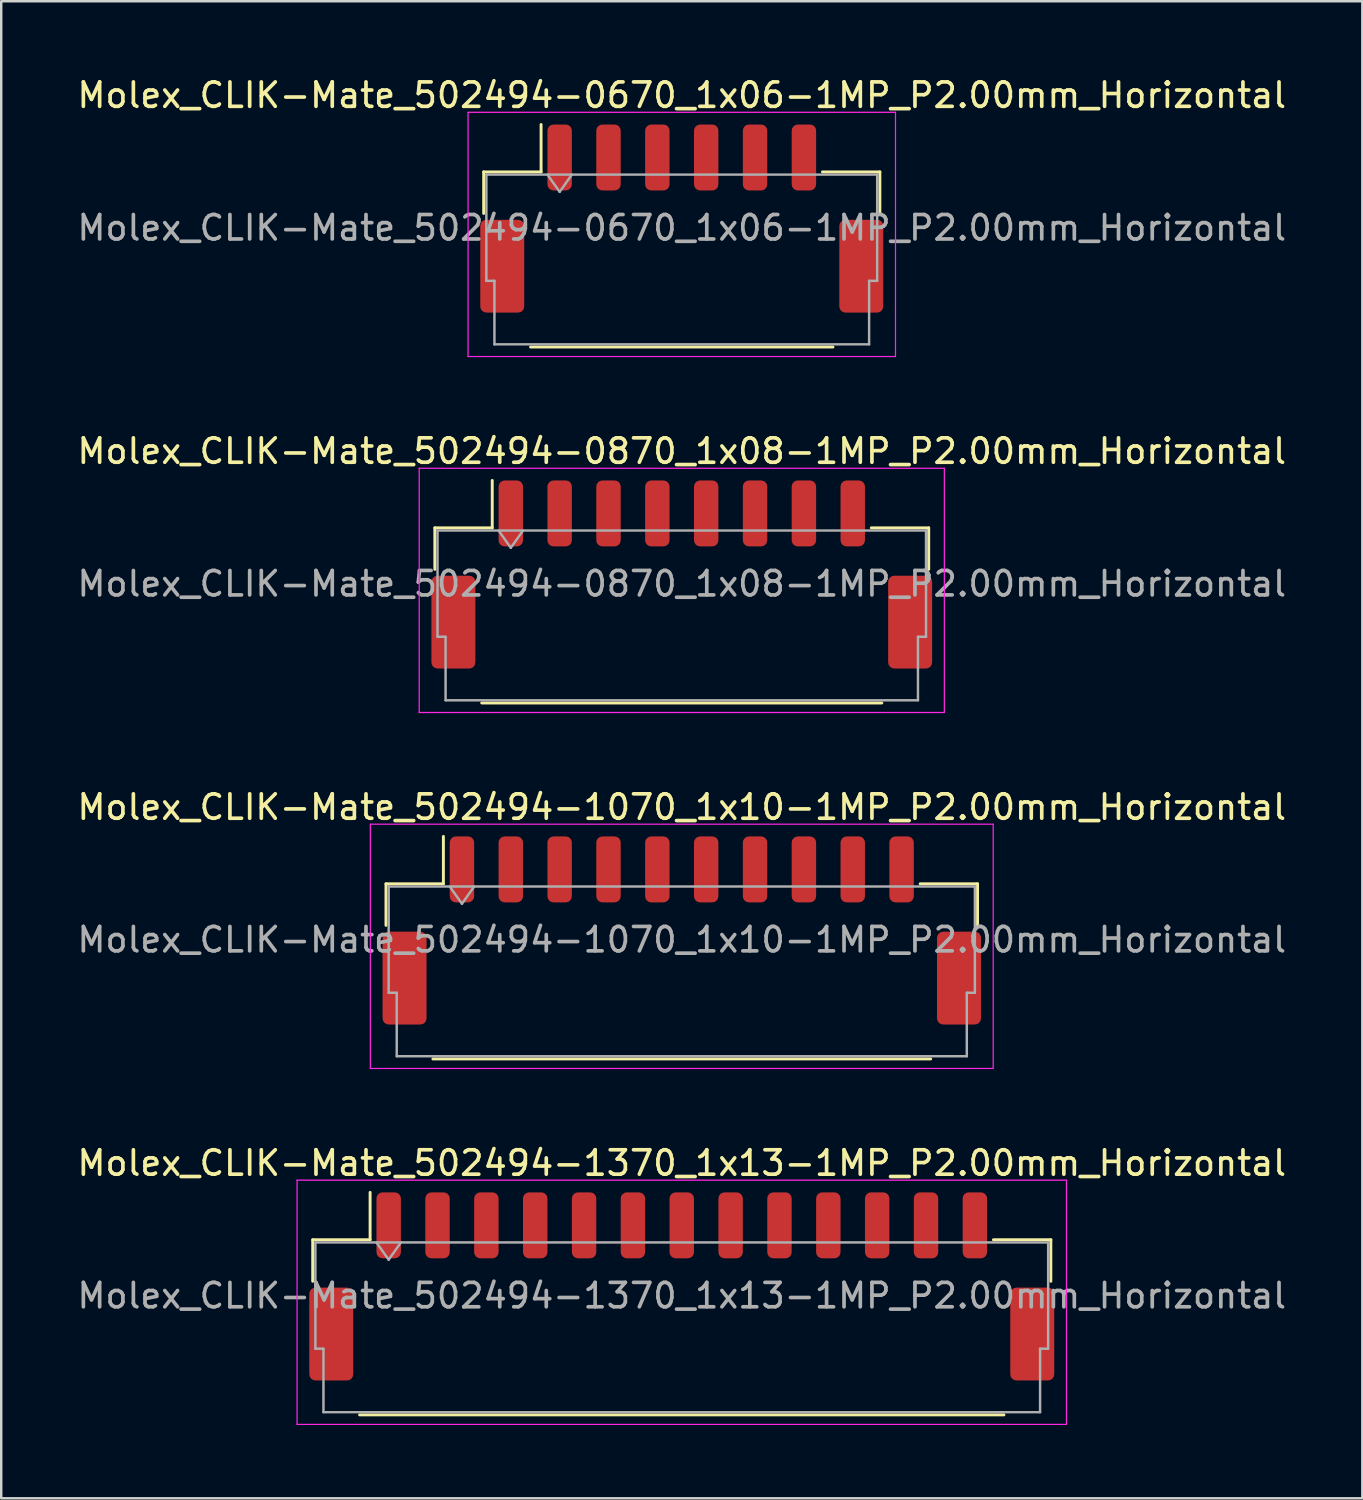
<source format=kicad_pcb>
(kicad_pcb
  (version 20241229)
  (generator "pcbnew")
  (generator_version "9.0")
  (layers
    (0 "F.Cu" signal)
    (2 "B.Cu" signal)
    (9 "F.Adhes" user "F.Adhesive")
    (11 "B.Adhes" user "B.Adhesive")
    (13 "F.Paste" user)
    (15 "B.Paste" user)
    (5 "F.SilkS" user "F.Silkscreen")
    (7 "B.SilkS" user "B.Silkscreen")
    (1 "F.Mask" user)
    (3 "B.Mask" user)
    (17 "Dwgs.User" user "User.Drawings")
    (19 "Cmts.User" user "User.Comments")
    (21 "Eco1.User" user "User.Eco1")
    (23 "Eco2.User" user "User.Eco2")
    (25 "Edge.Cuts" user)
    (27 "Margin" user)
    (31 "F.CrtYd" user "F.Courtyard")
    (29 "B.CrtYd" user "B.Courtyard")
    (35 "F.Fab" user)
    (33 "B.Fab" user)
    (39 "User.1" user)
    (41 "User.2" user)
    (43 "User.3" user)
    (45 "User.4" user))
  (footprint "Molex_CLIK-Mate_502494-1070_1x10-1MP_P2.00mm_Horizontal"
    (layer "F.Cu")
    (at 24.863 35.045)
    (property "Reference" "Molex_CLIK-Mate_502494-1070_1x10-1MP_P2.00mm_Horizontal" (at 0 -5.05 0) (layer "F.SilkS") (effects (font (size 1 1) (thickness 0.15))))
    (attr smd)
    (fp_line (start -12.11 -1.91) (end -9.76 -1.91) (stroke (width 0.12) (type solid)) (layer "F.SilkS"))
    (fp_line (start -12.11 -0.21) (end -12.11 -1.91) (stroke (width 0.12) (type solid)) (layer "F.SilkS"))
    (fp_line (start -10.19 5.26) (end 10.19 5.26) (stroke (width 0.12) (type solid)) (layer "F.SilkS"))
    (fp_line (start -9.76 -1.91) (end -9.76 -3.85) (stroke (width 0.12) (type solid)) (layer "F.SilkS"))
    (fp_line (start 12.11 -1.91) (end 9.76 -1.91) (stroke (width 0.12) (type solid)) (layer "F.SilkS"))
    (fp_line (start 12.11 -0.21) (end 12.11 -1.91) (stroke (width 0.12) (type solid)) (layer "F.SilkS"))
    (fp_line (start -12.75 -4.35) (end -12.75 5.65) (stroke (width 0.05) (type solid)) (layer "F.CrtYd"))
    (fp_line (start -12.75 5.65) (end 12.75 5.65) (stroke (width 0.05) (type solid)) (layer "F.CrtYd"))
    (fp_line (start 12.75 -4.35) (end -12.75 -4.35) (stroke (width 0.05) (type solid)) (layer "F.CrtYd"))
    (fp_line (start 12.75 5.65) (end 12.75 -4.35) (stroke (width 0.05) (type solid)) (layer "F.CrtYd"))
    (fp_line (start -12 -1.8) (end -12 2.55) (stroke (width 0.1) (type solid)) (layer "F.Fab"))
    (fp_line (start -12 -1.8) (end 12 -1.8) (stroke (width 0.1) (type solid)) (layer "F.Fab"))
    (fp_line (start -12 2.55) (end -11.67 2.55) (stroke (width 0.1) (type solid)) (layer "F.Fab"))
    (fp_line (start -11.67 2.55) (end -11.67 5.15) (stroke (width 0.1) (type solid)) (layer "F.Fab"))
    (fp_line (start -11.67 5.15) (end 11.67 5.15) (stroke (width 0.1) (type solid)) (layer "F.Fab"))
    (fp_line (start -9.5 -1.8) (end -9 -1.093) (stroke (width 0.1) (type solid)) (layer "F.Fab"))
    (fp_line (start -9 -1.093) (end -8.5 -1.8) (stroke (width 0.1) (type solid)) (layer "F.Fab"))
    (fp_line (start 11.67 2.55) (end 12 2.55) (stroke (width 0.1) (type solid)) (layer "F.Fab"))
    (fp_line (start 11.67 5.15) (end 11.67 2.55) (stroke (width 0.1) (type solid)) (layer "F.Fab"))
    (fp_line (start 12 -1.8) (end 12 2.55) (stroke (width 0.1) (type solid)) (layer "F.Fab"))
    (fp_text user "${REFERENCE}" (at 0 0.38 0) (layer "F.Fab") (effects (font (size 1 1) (thickness 0.15))))
    (pad "1" smd roundrect (at -9 -2.5) (size 1 2.7) (layers "F.Cu" "F.Mask" "F.Paste") (roundrect_rratio 0.25))
    (pad "2" smd roundrect (at -7 -2.5) (size 1 2.7) (layers "F.Cu" "F.Mask" "F.Paste") (roundrect_rratio 0.25))
    (pad "3" smd roundrect (at -5 -2.5) (size 1 2.7) (layers "F.Cu" "F.Mask" "F.Paste") (roundrect_rratio 0.25))
    (pad "4" smd roundrect (at -3 -2.5) (size 1 2.7) (layers "F.Cu" "F.Mask" "F.Paste") (roundrect_rratio 0.25))
    (pad "5" smd roundrect (at -1 -2.5) (size 1 2.7) (layers "F.Cu" "F.Mask" "F.Paste") (roundrect_rratio 0.25))
    (pad "6" smd roundrect (at 1 -2.5) (size 1 2.7) (layers "F.Cu" "F.Mask" "F.Paste") (roundrect_rratio 0.25))
    (pad "7" smd roundrect (at 3 -2.5) (size 1 2.7) (layers "F.Cu" "F.Mask" "F.Paste") (roundrect_rratio 0.25))
    (pad "8" smd roundrect (at 5 -2.5) (size 1 2.7) (layers "F.Cu" "F.Mask" "F.Paste") (roundrect_rratio 0.25))
    (pad "9" smd roundrect (at 7 -2.5) (size 1 2.7) (layers "F.Cu" "F.Mask" "F.Paste") (roundrect_rratio 0.25))
    (pad "10" smd roundrect (at 9 -2.5) (size 1 2.7) (layers "F.Cu" "F.Mask" "F.Paste") (roundrect_rratio 0.25))
    (pad "MP" smd roundrect (at -11.35 1.95) (size 1.8 3.8) (layers "F.Cu" "F.Mask" "F.Paste") (roundrect_rratio 0.139))
    (pad "MP" smd roundrect (at 11.35 1.95) (size 1.8 3.8) (layers "F.Cu" "F.Mask" "F.Paste") (roundrect_rratio 0.139)))
  (footprint "Molex_CLIK-Mate_502494-0670_1x06-1MP_P2.00mm_Horizontal"
    (layer "F.Cu")
    (at 24.863 5.898)
    (property "Reference" "Molex_CLIK-Mate_502494-0670_1x06-1MP_P2.00mm_Horizontal" (at 0 -5.05 0) (layer "F.SilkS") (effects (font (size 1 1) (thickness 0.15))))
    (attr smd)
    (fp_line (start -8.11 -1.91) (end -5.76 -1.91) (stroke (width 0.12) (type solid)) (layer "F.SilkS"))
    (fp_line (start -8.11 -0.21) (end -8.11 -1.91) (stroke (width 0.12) (type solid)) (layer "F.SilkS"))
    (fp_line (start -6.19 5.26) (end 6.19 5.26) (stroke (width 0.12) (type solid)) (layer "F.SilkS"))
    (fp_line (start -5.76 -1.91) (end -5.76 -3.85) (stroke (width 0.12) (type solid)) (layer "F.SilkS"))
    (fp_line (start 8.11 -1.91) (end 5.76 -1.91) (stroke (width 0.12) (type solid)) (layer "F.SilkS"))
    (fp_line (start 8.11 -0.21) (end 8.11 -1.91) (stroke (width 0.12) (type solid)) (layer "F.SilkS"))
    (fp_line (start -8.75 -4.35) (end -8.75 5.65) (stroke (width 0.05) (type solid)) (layer "F.CrtYd"))
    (fp_line (start -8.75 5.65) (end 8.75 5.65) (stroke (width 0.05) (type solid)) (layer "F.CrtYd"))
    (fp_line (start 8.75 -4.35) (end -8.75 -4.35) (stroke (width 0.05) (type solid)) (layer "F.CrtYd"))
    (fp_line (start 8.75 5.65) (end 8.75 -4.35) (stroke (width 0.05) (type solid)) (layer "F.CrtYd"))
    (fp_line (start -8 -1.8) (end -8 2.55) (stroke (width 0.1) (type solid)) (layer "F.Fab"))
    (fp_line (start -8 -1.8) (end 8 -1.8) (stroke (width 0.1) (type solid)) (layer "F.Fab"))
    (fp_line (start -8 2.55) (end -7.67 2.55) (stroke (width 0.1) (type solid)) (layer "F.Fab"))
    (fp_line (start -7.67 2.55) (end -7.67 5.15) (stroke (width 0.1) (type solid)) (layer "F.Fab"))
    (fp_line (start -7.67 5.15) (end 7.67 5.15) (stroke (width 0.1) (type solid)) (layer "F.Fab"))
    (fp_line (start -5.5 -1.8) (end -5 -1.093) (stroke (width 0.1) (type solid)) (layer "F.Fab"))
    (fp_line (start -5 -1.093) (end -4.5 -1.8) (stroke (width 0.1) (type solid)) (layer "F.Fab"))
    (fp_line (start 7.67 2.55) (end 8 2.55) (stroke (width 0.1) (type solid)) (layer "F.Fab"))
    (fp_line (start 7.67 5.15) (end 7.67 2.55) (stroke (width 0.1) (type solid)) (layer "F.Fab"))
    (fp_line (start 8 -1.8) (end 8 2.55) (stroke (width 0.1) (type solid)) (layer "F.Fab"))
    (fp_text user "${REFERENCE}" (at 0 0.38 0) (layer "F.Fab") (effects (font (size 1 1) (thickness 0.15))))
    (pad "1" smd roundrect (at -5 -2.5) (size 1 2.7) (layers "F.Cu" "F.Mask" "F.Paste") (roundrect_rratio 0.25))
    (pad "2" smd roundrect (at -3 -2.5) (size 1 2.7) (layers "F.Cu" "F.Mask" "F.Paste") (roundrect_rratio 0.25))
    (pad "3" smd roundrect (at -1 -2.5) (size 1 2.7) (layers "F.Cu" "F.Mask" "F.Paste") (roundrect_rratio 0.25))
    (pad "4" smd roundrect (at 1 -2.5) (size 1 2.7) (layers "F.Cu" "F.Mask" "F.Paste") (roundrect_rratio 0.25))
    (pad "5" smd roundrect (at 3 -2.5) (size 1 2.7) (layers "F.Cu" "F.Mask" "F.Paste") (roundrect_rratio 0.25))
    (pad "6" smd roundrect (at 5 -2.5) (size 1 2.7) (layers "F.Cu" "F.Mask" "F.Paste") (roundrect_rratio 0.25))
    (pad "MP" smd roundrect (at -7.35 1.95) (size 1.8 3.8) (layers "F.Cu" "F.Mask" "F.Paste") (roundrect_rratio 0.139))
    (pad "MP" smd roundrect (at 7.35 1.95) (size 1.8 3.8) (layers "F.Cu" "F.Mask" "F.Paste") (roundrect_rratio 0.139)))
  (footprint "Molex_CLIK-Mate_502494-0870_1x08-1MP_P2.00mm_Horizontal"
    (layer "F.Cu")
    (at 24.863 20.471)
    (property "Reference" "Molex_CLIK-Mate_502494-0870_1x08-1MP_P2.00mm_Horizontal" (at 0 -5.05 0) (layer "F.SilkS") (effects (font (size 1 1) (thickness 0.15))))
    (attr smd)
    (fp_line (start -10.11 -1.91) (end -7.76 -1.91) (stroke (width 0.12) (type solid)) (layer "F.SilkS"))
    (fp_line (start -10.11 -0.21) (end -10.11 -1.91) (stroke (width 0.12) (type solid)) (layer "F.SilkS"))
    (fp_line (start -8.19 5.26) (end 8.19 5.26) (stroke (width 0.12) (type solid)) (layer "F.SilkS"))
    (fp_line (start -7.76 -1.91) (end -7.76 -3.85) (stroke (width 0.12) (type solid)) (layer "F.SilkS"))
    (fp_line (start 10.11 -1.91) (end 7.76 -1.91) (stroke (width 0.12) (type solid)) (layer "F.SilkS"))
    (fp_line (start 10.11 -0.21) (end 10.11 -1.91) (stroke (width 0.12) (type solid)) (layer "F.SilkS"))
    (fp_line (start -10.75 -4.35) (end -10.75 5.65) (stroke (width 0.05) (type solid)) (layer "F.CrtYd"))
    (fp_line (start -10.75 5.65) (end 10.75 5.65) (stroke (width 0.05) (type solid)) (layer "F.CrtYd"))
    (fp_line (start 10.75 -4.35) (end -10.75 -4.35) (stroke (width 0.05) (type solid)) (layer "F.CrtYd"))
    (fp_line (start 10.75 5.65) (end 10.75 -4.35) (stroke (width 0.05) (type solid)) (layer "F.CrtYd"))
    (fp_line (start -10 -1.8) (end -10 2.55) (stroke (width 0.1) (type solid)) (layer "F.Fab"))
    (fp_line (start -10 -1.8) (end 10 -1.8) (stroke (width 0.1) (type solid)) (layer "F.Fab"))
    (fp_line (start -10 2.55) (end -9.67 2.55) (stroke (width 0.1) (type solid)) (layer "F.Fab"))
    (fp_line (start -9.67 2.55) (end -9.67 5.15) (stroke (width 0.1) (type solid)) (layer "F.Fab"))
    (fp_line (start -9.67 5.15) (end 9.67 5.15) (stroke (width 0.1) (type solid)) (layer "F.Fab"))
    (fp_line (start -7.5 -1.8) (end -7 -1.093) (stroke (width 0.1) (type solid)) (layer "F.Fab"))
    (fp_line (start -7 -1.093) (end -6.5 -1.8) (stroke (width 0.1) (type solid)) (layer "F.Fab"))
    (fp_line (start 9.67 2.55) (end 10 2.55) (stroke (width 0.1) (type solid)) (layer "F.Fab"))
    (fp_line (start 9.67 5.15) (end 9.67 2.55) (stroke (width 0.1) (type solid)) (layer "F.Fab"))
    (fp_line (start 10 -1.8) (end 10 2.55) (stroke (width 0.1) (type solid)) (layer "F.Fab"))
    (fp_text user "${REFERENCE}" (at 0 0.38 0) (layer "F.Fab") (effects (font (size 1 1) (thickness 0.15))))
    (pad "1" smd roundrect (at -7 -2.5) (size 1 2.7) (layers "F.Cu" "F.Mask" "F.Paste") (roundrect_rratio 0.25))
    (pad "2" smd roundrect (at -5 -2.5) (size 1 2.7) (layers "F.Cu" "F.Mask" "F.Paste") (roundrect_rratio 0.25))
    (pad "3" smd roundrect (at -3 -2.5) (size 1 2.7) (layers "F.Cu" "F.Mask" "F.Paste") (roundrect_rratio 0.25))
    (pad "4" smd roundrect (at -1 -2.5) (size 1 2.7) (layers "F.Cu" "F.Mask" "F.Paste") (roundrect_rratio 0.25))
    (pad "5" smd roundrect (at 1 -2.5) (size 1 2.7) (layers "F.Cu" "F.Mask" "F.Paste") (roundrect_rratio 0.25))
    (pad "6" smd roundrect (at 3 -2.5) (size 1 2.7) (layers "F.Cu" "F.Mask" "F.Paste") (roundrect_rratio 0.25))
    (pad "7" smd roundrect (at 5 -2.5) (size 1 2.7) (layers "F.Cu" "F.Mask" "F.Paste") (roundrect_rratio 0.25))
    (pad "8" smd roundrect (at 7 -2.5) (size 1 2.7) (layers "F.Cu" "F.Mask" "F.Paste") (roundrect_rratio 0.25))
    (pad "MP" smd roundrect (at -9.35 1.95) (size 1.8 3.8) (layers "F.Cu" "F.Mask" "F.Paste") (roundrect_rratio 0.139))
    (pad "MP" smd roundrect (at 9.35 1.95) (size 1.8 3.8) (layers "F.Cu" "F.Mask" "F.Paste") (roundrect_rratio 0.139)))
  (footprint "Molex_CLIK-Mate_502494-1370_1x13-1MP_P2.00mm_Horizontal"
    (layer "F.Cu")
    (at 24.863 49.618)
    (property "Reference" "Molex_CLIK-Mate_502494-1370_1x13-1MP_P2.00mm_Horizontal" (at 0 -5.05 0) (layer "F.SilkS") (effects (font (size 1 1) (thickness 0.15))))
    (attr smd)
    (fp_line (start -15.11 -1.91) (end -12.76 -1.91) (stroke (width 0.12) (type solid)) (layer "F.SilkS"))
    (fp_line (start -15.11 -0.21) (end -15.11 -1.91) (stroke (width 0.12) (type solid)) (layer "F.SilkS"))
    (fp_line (start -13.19 5.26) (end 13.19 5.26) (stroke (width 0.12) (type solid)) (layer "F.SilkS"))
    (fp_line (start -12.76 -1.91) (end -12.76 -3.85) (stroke (width 0.12) (type solid)) (layer "F.SilkS"))
    (fp_line (start 15.11 -1.91) (end 12.76 -1.91) (stroke (width 0.12) (type solid)) (layer "F.SilkS"))
    (fp_line (start 15.11 -0.21) (end 15.11 -1.91) (stroke (width 0.12) (type solid)) (layer "F.SilkS"))
    (fp_line (start -15.75 -4.35) (end -15.75 5.65) (stroke (width 0.05) (type solid)) (layer "F.CrtYd"))
    (fp_line (start -15.75 5.65) (end 15.75 5.65) (stroke (width 0.05) (type solid)) (layer "F.CrtYd"))
    (fp_line (start 15.75 -4.35) (end -15.75 -4.35) (stroke (width 0.05) (type solid)) (layer "F.CrtYd"))
    (fp_line (start 15.75 5.65) (end 15.75 -4.35) (stroke (width 0.05) (type solid)) (layer "F.CrtYd"))
    (fp_line (start -15 -1.8) (end -15 2.55) (stroke (width 0.1) (type solid)) (layer "F.Fab"))
    (fp_line (start -15 -1.8) (end 15 -1.8) (stroke (width 0.1) (type solid)) (layer "F.Fab"))
    (fp_line (start -15 2.55) (end -14.67 2.55) (stroke (width 0.1) (type solid)) (layer "F.Fab"))
    (fp_line (start -14.67 2.55) (end -14.67 5.15) (stroke (width 0.1) (type solid)) (layer "F.Fab"))
    (fp_line (start -14.67 5.15) (end 14.67 5.15) (stroke (width 0.1) (type solid)) (layer "F.Fab"))
    (fp_line (start -12.5 -1.8) (end -12 -1.093) (stroke (width 0.1) (type solid)) (layer "F.Fab"))
    (fp_line (start -12 -1.093) (end -11.5 -1.8) (stroke (width 0.1) (type solid)) (layer "F.Fab"))
    (fp_line (start 14.67 2.55) (end 15 2.55) (stroke (width 0.1) (type solid)) (layer "F.Fab"))
    (fp_line (start 14.67 5.15) (end 14.67 2.55) (stroke (width 0.1) (type solid)) (layer "F.Fab"))
    (fp_line (start 15 -1.8) (end 15 2.55) (stroke (width 0.1) (type solid)) (layer "F.Fab"))
    (fp_text user "${REFERENCE}" (at 0 0.38 0) (layer "F.Fab") (effects (font (size 1 1) (thickness 0.15))))
    (pad "1" smd roundrect (at -12 -2.5) (size 1 2.7) (layers "F.Cu" "F.Mask" "F.Paste") (roundrect_rratio 0.25))
    (pad "2" smd roundrect (at -10 -2.5) (size 1 2.7) (layers "F.Cu" "F.Mask" "F.Paste") (roundrect_rratio 0.25))
    (pad "3" smd roundrect (at -8 -2.5) (size 1 2.7) (layers "F.Cu" "F.Mask" "F.Paste") (roundrect_rratio 0.25))
    (pad "4" smd roundrect (at -6 -2.5) (size 1 2.7) (layers "F.Cu" "F.Mask" "F.Paste") (roundrect_rratio 0.25))
    (pad "5" smd roundrect (at -4 -2.5) (size 1 2.7) (layers "F.Cu" "F.Mask" "F.Paste") (roundrect_rratio 0.25))
    (pad "6" smd roundrect (at -2 -2.5) (size 1 2.7) (layers "F.Cu" "F.Mask" "F.Paste") (roundrect_rratio 0.25))
    (pad "7" smd roundrect (at 0 -2.5) (size 1 2.7) (layers "F.Cu" "F.Mask" "F.Paste") (roundrect_rratio 0.25))
    (pad "8" smd roundrect (at 2 -2.5) (size 1 2.7) (layers "F.Cu" "F.Mask" "F.Paste") (roundrect_rratio 0.25))
    (pad "9" smd roundrect (at 4 -2.5) (size 1 2.7) (layers "F.Cu" "F.Mask" "F.Paste") (roundrect_rratio 0.25))
    (pad "10" smd roundrect (at 6 -2.5) (size 1 2.7) (layers "F.Cu" "F.Mask" "F.Paste") (roundrect_rratio 0.25))
    (pad "11" smd roundrect (at 8 -2.5) (size 1 2.7) (layers "F.Cu" "F.Mask" "F.Paste") (roundrect_rratio 0.25))
    (pad "12" smd roundrect (at 10 -2.5) (size 1 2.7) (layers "F.Cu" "F.Mask" "F.Paste") (roundrect_rratio 0.25))
    (pad "13" smd roundrect (at 12 -2.5) (size 1 2.7) (layers "F.Cu" "F.Mask" "F.Paste") (roundrect_rratio 0.25))
    (pad "MP" smd roundrect (at -14.35 1.95) (size 1.8 3.8) (layers "F.Cu" "F.Mask" "F.Paste") (roundrect_rratio 0.139))
    (pad "MP" smd roundrect (at 14.35 1.95) (size 1.8 3.8) (layers "F.Cu" "F.Mask" "F.Paste") (roundrect_rratio 0.139)))
  (gr_rect
    (start -3 -3)
    (end 52.726 58.293)
    (stroke (width 0.1) (type default))
    (fill no)
    (layer "Edge.Cuts")))
</source>
